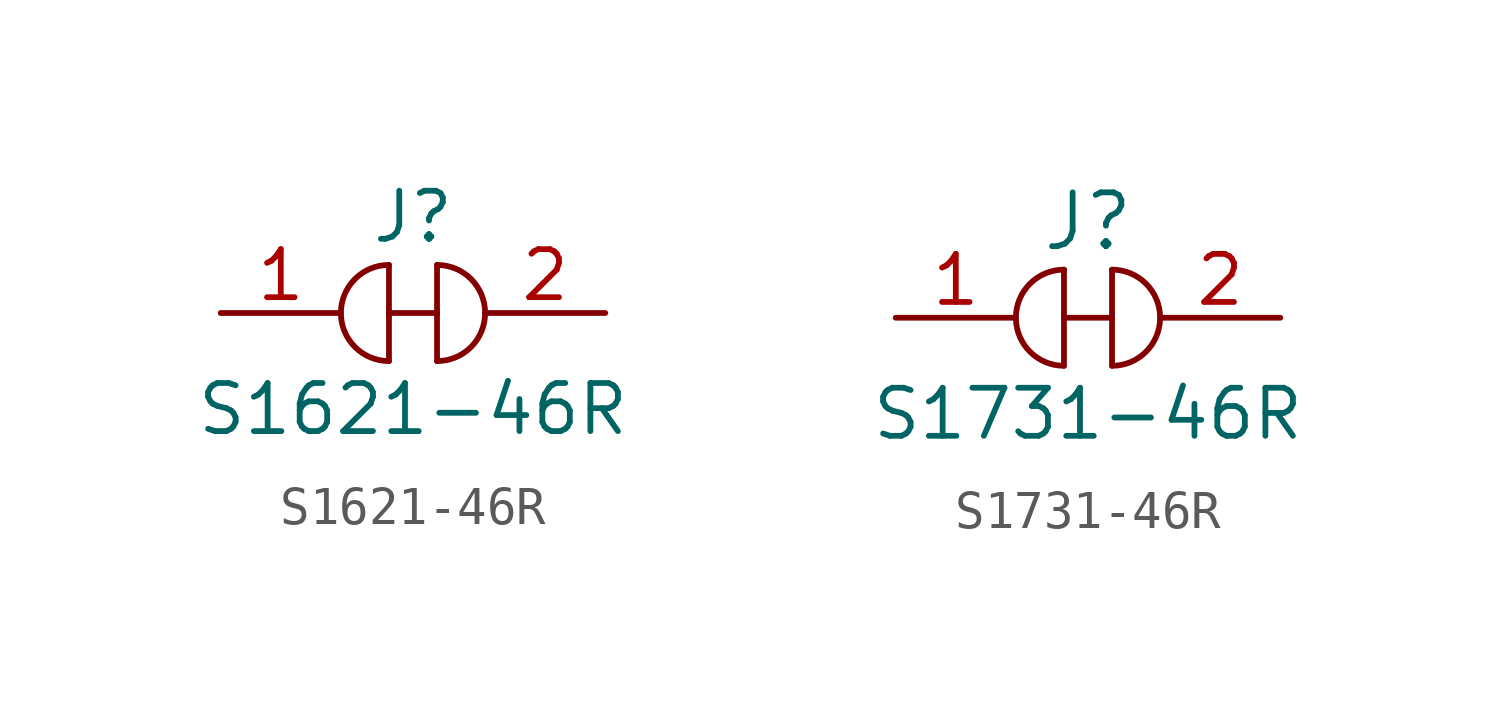
<source format=kicad_sym>
(kicad_symbol_lib
  (version 20231120)
  (generator "kicad_symbol_editor")
  (generator_version "8.0")
  (symbol "S1621-46R"
    (pin_names
      (offset 1.016))
    (property "Reference" "J"
      (at 0 2.54 0)
      (effects (font (size 1.27 1.27))))
    (property "Value" "S1621-46R"
      (at 0 -2.54 0)
      (effects (font (size 1.27 1.27))))
    (symbol "S1621-46R_1_1"
      (arc (start -0.635 1.27) (mid -1.905 0) (end -0.635 -1.27) (stroke (width 0) (type solid)) (fill (type none)))
      (polyline (pts (xy -0.635 0) (xy 0.635 0)) (stroke (width 0) (type solid)) (fill (type none)))
      (polyline (pts (xy -0.635 1.27) (xy -0.635 -1.27)) (stroke (width 0) (type solid)) (fill (type none)))
      (polyline (pts (xy 0.635 1.27) (xy 0.635 -1.27)) (stroke (width 0) (type solid)) (fill (type none)))
      (arc (start 0.635 -1.27) (mid 1.905 0) (end 0.635 1.27) (stroke (width 0) (type solid)) (fill (type none)))
      (pin passive line (at -5.08 0 0) (length 3.175) (name "~" (effects (font (size 1.27 1.27)))) (number "1" (effects (font (size 1.27 1.27)))))
      (pin passive line (at 5.08 0 180) (length 3.175) (name "~" (effects (font (size 1.27 1.27)))) (number "2" (effects (font (size 1.27 1.27)))))))
  (symbol "S1731-46R"
    (pin_names
      (offset 1.016))
    (property "Reference" "J"
      (at 0 2.54 0)
      (effects (font (size 1.422 1.422))))
    (property "Value" "S1731-46R"
      (at 0 -2.54 0)
      (effects (font (size 1.27 1.27))))
    (symbol "S1731-46R_1_1"
      (arc (start -0.635 1.27) (mid -1.905 0) (end -0.635 -1.27) (stroke (width 0) (type solid)) (fill (type none)))
      (polyline (pts (xy -0.635 0) (xy 0.635 0)) (stroke (width 0) (type solid)) (fill (type none)))
      (polyline (pts (xy -0.635 1.27) (xy -0.635 -1.27)) (stroke (width 0) (type solid)) (fill (type none)))
      (polyline (pts (xy 0.635 1.27) (xy 0.635 -1.27)) (stroke (width 0) (type solid)) (fill (type none)))
      (arc (start 0.635 -1.27) (mid 1.905 0) (end 0.635 1.27) (stroke (width 0) (type solid)) (fill (type none)))
      (pin passive line (at -5.08 0 0) (length 3.175) (name "~" (effects (font (size 1.27 1.27)))) (number "1" (effects (font (size 1.27 1.27)))))
      (pin passive line (at 5.08 0 180) (length 3.175) (name "~" (effects (font (size 1.27 1.27)))) (number "2" (effects (font (size 1.27 1.27))))))))
</source>
